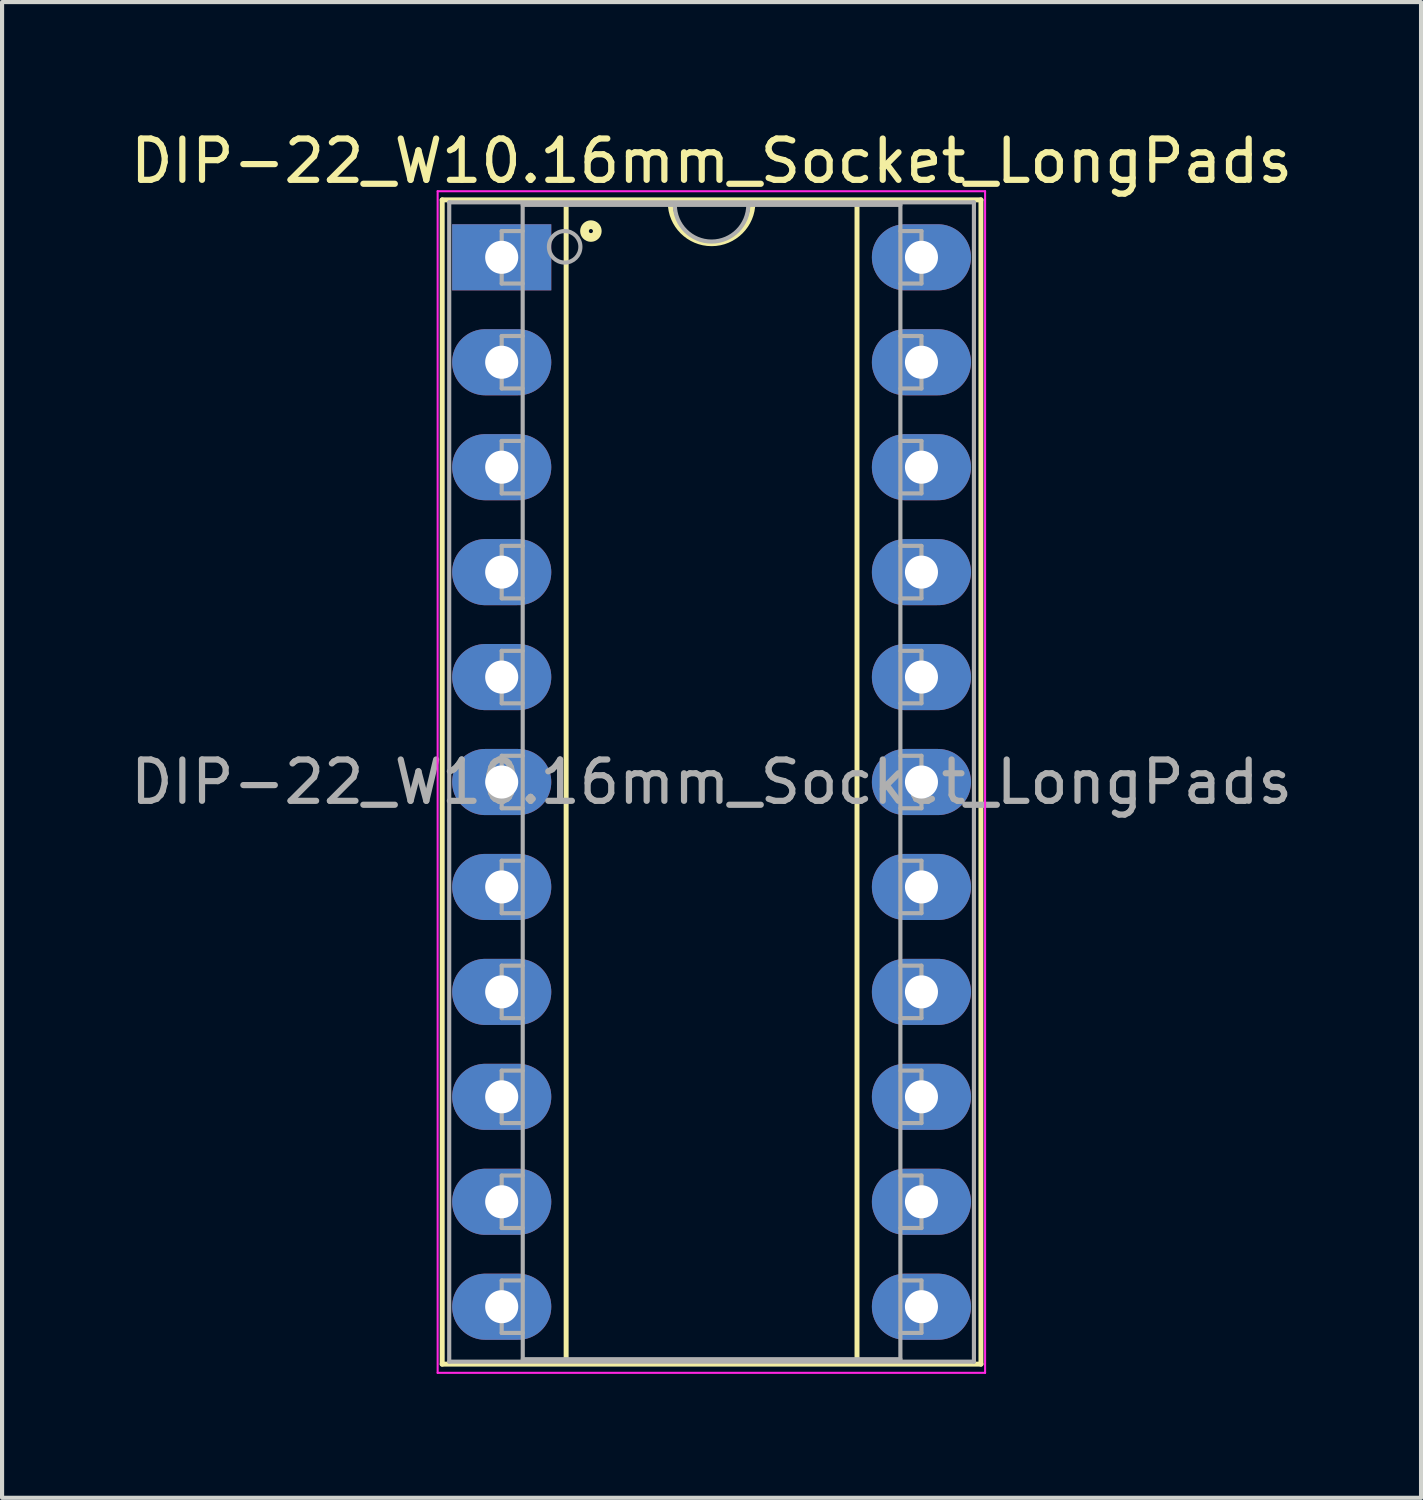
<source format=kicad_pcb>
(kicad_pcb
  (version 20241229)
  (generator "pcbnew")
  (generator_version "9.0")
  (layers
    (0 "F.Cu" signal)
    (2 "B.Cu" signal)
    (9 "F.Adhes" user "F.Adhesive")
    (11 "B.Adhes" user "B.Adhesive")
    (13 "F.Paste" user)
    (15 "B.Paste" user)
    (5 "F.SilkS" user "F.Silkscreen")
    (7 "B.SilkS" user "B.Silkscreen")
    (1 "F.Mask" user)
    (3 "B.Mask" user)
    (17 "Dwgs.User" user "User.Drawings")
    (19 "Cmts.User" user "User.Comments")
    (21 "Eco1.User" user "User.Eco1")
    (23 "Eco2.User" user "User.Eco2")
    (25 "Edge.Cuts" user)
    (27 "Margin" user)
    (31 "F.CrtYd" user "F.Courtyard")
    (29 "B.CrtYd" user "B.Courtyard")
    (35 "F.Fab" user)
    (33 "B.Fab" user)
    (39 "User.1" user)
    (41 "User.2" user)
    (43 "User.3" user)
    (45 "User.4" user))
  (footprint "DIP-22_W10.16mm_Socket_LongPads"
    (layer "F.Cu")
    (at 9.093 3.178)
    (property "Reference" "DIP-22_W10.16mm_Socket_LongPads" (at 5.08 -2.33 0) (layer "F.SilkS") (effects (font (size 1 1) (thickness 0.15))))
    (attr through_hole)
    (fp_line (start -1.44 -1.39) (end -1.44 26.79) (stroke (width 0.12) (type solid)) (layer "F.SilkS"))
    (fp_line (start -1.44 26.79) (end 11.6 26.79) (stroke (width 0.12) (type solid)) (layer "F.SilkS"))
    (fp_line (start 1.56 -1.33) (end 1.56 26.73) (stroke (width 0.12) (type solid)) (layer "F.SilkS"))
    (fp_line (start 1.56 26.73) (end 8.6 26.73) (stroke (width 0.12) (type solid)) (layer "F.SilkS"))
    (fp_line (start 4.08 -1.33) (end 1.56 -1.33) (stroke (width 0.12) (type solid)) (layer "F.SilkS"))
    (fp_line (start 8.6 -1.33) (end 6.08 -1.33) (stroke (width 0.12) (type solid)) (layer "F.SilkS"))
    (fp_line (start 8.6 26.73) (end 8.6 -1.33) (stroke (width 0.12) (type solid)) (layer "F.SilkS"))
    (fp_line (start 11.6 -1.39) (end -1.44 -1.39) (stroke (width 0.12) (type solid)) (layer "F.SilkS"))
    (fp_line (start 11.6 26.79) (end 11.6 -1.39) (stroke (width 0.12) (type solid)) (layer "F.SilkS"))
    (fp_arc (start 6.08 -1.33) (mid 5.08 -0.33) (end 4.08 -1.33) (stroke (width 0.12) (type solid)) (layer "F.SilkS"))
    (fp_circle (center 2.159 -0.635) (end 2.209 -0.635) (stroke (width 0.12) (type solid)) (fill no) (layer "F.SilkS"))
    (fp_circle (center 2.159 -0.635) (end 2.284 -0.635) (stroke (width 0.12) (type solid)) (fill no) (layer "F.SilkS"))
    (fp_circle (center 2.159 -0.635) (end 2.359 -0.635) (stroke (width 0.12) (type solid)) (fill no) (layer "F.SilkS"))
    (fp_line (start -1.55 -1.6) (end -1.55 27) (stroke (width 0.05) (type solid)) (layer "F.CrtYd"))
    (fp_line (start -1.55 27) (end 11.7 27) (stroke (width 0.05) (type solid)) (layer "F.CrtYd"))
    (fp_line (start 11.7 -1.6) (end -1.55 -1.6) (stroke (width 0.05) (type solid)) (layer "F.CrtYd"))
    (fp_line (start 11.7 27) (end 11.7 -1.6) (stroke (width 0.05) (type solid)) (layer "F.CrtYd"))
    (fp_line (start -1.27 -1.33) (end -1.27 26.73) (stroke (width 0.1) (type solid)) (layer "F.Fab"))
    (fp_line (start -1.27 26.73) (end 11.43 26.73) (stroke (width 0.1) (type solid)) (layer "F.Fab"))
    (fp_line (start 0 -0.635) (end 0 0.635) (stroke (width 0.1) (type solid)) (layer "F.Fab"))
    (fp_line (start 0 -0.635) (end 0.508 -0.635) (stroke (width 0.1) (type solid)) (layer "F.Fab"))
    (fp_line (start 0 0.635) (end 0.508 0.635) (stroke (width 0.1) (type solid)) (layer "F.Fab"))
    (fp_line (start 0 1.905) (end 0 3.175) (stroke (width 0.1) (type solid)) (layer "F.Fab"))
    (fp_line (start 0 1.905) (end 0.508 1.905) (stroke (width 0.1) (type solid)) (layer "F.Fab"))
    (fp_line (start 0 3.175) (end 0.508 3.175) (stroke (width 0.1) (type solid)) (layer "F.Fab"))
    (fp_line (start 0 4.445) (end 0 5.715) (stroke (width 0.1) (type solid)) (layer "F.Fab"))
    (fp_line (start 0 4.445) (end 0.508 4.445) (stroke (width 0.1) (type solid)) (layer "F.Fab"))
    (fp_line (start 0 5.715) (end 0.508 5.715) (stroke (width 0.1) (type solid)) (layer "F.Fab"))
    (fp_line (start 0 6.985) (end 0 8.255) (stroke (width 0.1) (type solid)) (layer "F.Fab"))
    (fp_line (start 0 6.985) (end 0.508 6.985) (stroke (width 0.1) (type solid)) (layer "F.Fab"))
    (fp_line (start 0 8.255) (end 0.508 8.255) (stroke (width 0.1) (type solid)) (layer "F.Fab"))
    (fp_line (start 0 9.525) (end 0 10.795) (stroke (width 0.1) (type solid)) (layer "F.Fab"))
    (fp_line (start 0 9.525) (end 0.508 9.525) (stroke (width 0.1) (type solid)) (layer "F.Fab"))
    (fp_line (start 0 10.795) (end 0.508 10.795) (stroke (width 0.1) (type solid)) (layer "F.Fab"))
    (fp_line (start 0 12.065) (end 0 13.335) (stroke (width 0.1) (type solid)) (layer "F.Fab"))
    (fp_line (start 0 12.065) (end 0.508 12.065) (stroke (width 0.1) (type solid)) (layer "F.Fab"))
    (fp_line (start 0 13.335) (end 0.508 13.335) (stroke (width 0.1) (type solid)) (layer "F.Fab"))
    (fp_line (start 0 14.605) (end 0 15.875) (stroke (width 0.1) (type solid)) (layer "F.Fab"))
    (fp_line (start 0 14.605) (end 0.508 14.605) (stroke (width 0.1) (type solid)) (layer "F.Fab"))
    (fp_line (start 0 15.875) (end 0.508 15.875) (stroke (width 0.1) (type solid)) (layer "F.Fab"))
    (fp_line (start 0 17.145) (end 0 18.415) (stroke (width 0.1) (type solid)) (layer "F.Fab"))
    (fp_line (start 0 17.145) (end 0.508 17.145) (stroke (width 0.1) (type solid)) (layer "F.Fab"))
    (fp_line (start 0 18.415) (end 0.508 18.415) (stroke (width 0.1) (type solid)) (layer "F.Fab"))
    (fp_line (start 0 19.685) (end 0 20.955) (stroke (width 0.1) (type solid)) (layer "F.Fab"))
    (fp_line (start 0 19.685) (end 0.508 19.685) (stroke (width 0.1) (type solid)) (layer "F.Fab"))
    (fp_line (start 0 20.955) (end 0.508 20.955) (stroke (width 0.1) (type solid)) (layer "F.Fab"))
    (fp_line (start 0 22.225) (end 0 23.495) (stroke (width 0.1) (type solid)) (layer "F.Fab"))
    (fp_line (start 0 22.225) (end 0.508 22.225) (stroke (width 0.1) (type solid)) (layer "F.Fab"))
    (fp_line (start 0 23.495) (end 0.508 23.495) (stroke (width 0.1) (type solid)) (layer "F.Fab"))
    (fp_line (start 0 24.765) (end 0 26.035) (stroke (width 0.1) (type solid)) (layer "F.Fab"))
    (fp_line (start 0 24.765) (end 0.508 24.765) (stroke (width 0.1) (type solid)) (layer "F.Fab"))
    (fp_line (start 0 26.035) (end 0.508 26.035) (stroke (width 0.1) (type solid)) (layer "F.Fab"))
    (fp_line (start 0.508 -1.27) (end 9.65 -1.27) (stroke (width 0.1) (type solid)) (layer "F.Fab"))
    (fp_line (start 0.51 26.67) (end 0.508 -1.27) (stroke (width 0.1) (type solid)) (layer "F.Fab"))
    (fp_line (start 9.65 -1.27) (end 9.65 26.67) (stroke (width 0.1) (type solid)) (layer "F.Fab"))
    (fp_line (start 9.65 26.67) (end 0.51 26.67) (stroke (width 0.1) (type solid)) (layer "F.Fab"))
    (fp_line (start 10.16 -0.635) (end 9.652 -0.635) (stroke (width 0.1) (type solid)) (layer "F.Fab"))
    (fp_line (start 10.16 0.635) (end 9.652 0.635) (stroke (width 0.1) (type solid)) (layer "F.Fab"))
    (fp_line (start 10.16 0.635) (end 10.16 -0.635) (stroke (width 0.1) (type solid)) (layer "F.Fab"))
    (fp_line (start 10.16 1.905) (end 9.652 1.905) (stroke (width 0.1) (type solid)) (layer "F.Fab"))
    (fp_line (start 10.16 3.175) (end 9.652 3.175) (stroke (width 0.1) (type solid)) (layer "F.Fab"))
    (fp_line (start 10.16 3.175) (end 10.16 1.905) (stroke (width 0.1) (type solid)) (layer "F.Fab"))
    (fp_line (start 10.16 4.445) (end 9.652 4.445) (stroke (width 0.1) (type solid)) (layer "F.Fab"))
    (fp_line (start 10.16 5.715) (end 9.652 5.715) (stroke (width 0.1) (type solid)) (layer "F.Fab"))
    (fp_line (start 10.16 5.715) (end 10.16 4.445) (stroke (width 0.1) (type solid)) (layer "F.Fab"))
    (fp_line (start 10.16 6.985) (end 9.652 6.985) (stroke (width 0.1) (type solid)) (layer "F.Fab"))
    (fp_line (start 10.16 8.255) (end 9.652 8.255) (stroke (width 0.1) (type solid)) (layer "F.Fab"))
    (fp_line (start 10.16 8.255) (end 10.16 6.985) (stroke (width 0.1) (type solid)) (layer "F.Fab"))
    (fp_line (start 10.16 9.525) (end 9.652 9.525) (stroke (width 0.1) (type solid)) (layer "F.Fab"))
    (fp_line (start 10.16 10.795) (end 9.652 10.795) (stroke (width 0.1) (type solid)) (layer "F.Fab"))
    (fp_line (start 10.16 10.795) (end 10.16 9.525) (stroke (width 0.1) (type solid)) (layer "F.Fab"))
    (fp_line (start 10.16 12.065) (end 9.652 12.065) (stroke (width 0.1) (type solid)) (layer "F.Fab"))
    (fp_line (start 10.16 13.335) (end 9.652 13.335) (stroke (width 0.1) (type solid)) (layer "F.Fab"))
    (fp_line (start 10.16 13.335) (end 10.16 12.065) (stroke (width 0.1) (type solid)) (layer "F.Fab"))
    (fp_line (start 10.16 14.605) (end 9.652 14.605) (stroke (width 0.1) (type solid)) (layer "F.Fab"))
    (fp_line (start 10.16 15.875) (end 9.652 15.875) (stroke (width 0.1) (type solid)) (layer "F.Fab"))
    (fp_line (start 10.16 15.875) (end 10.16 14.605) (stroke (width 0.1) (type solid)) (layer "F.Fab"))
    (fp_line (start 10.16 17.145) (end 9.652 17.145) (stroke (width 0.1) (type solid)) (layer "F.Fab"))
    (fp_line (start 10.16 18.415) (end 9.652 18.415) (stroke (width 0.1) (type solid)) (layer "F.Fab"))
    (fp_line (start 10.16 18.415) (end 10.16 17.145) (stroke (width 0.1) (type solid)) (layer "F.Fab"))
    (fp_line (start 10.16 19.685) (end 9.652 19.685) (stroke (width 0.1) (type solid)) (layer "F.Fab"))
    (fp_line (start 10.16 20.955) (end 9.652 20.955) (stroke (width 0.1) (type solid)) (layer "F.Fab"))
    (fp_line (start 10.16 20.955) (end 10.16 19.685) (stroke (width 0.1) (type solid)) (layer "F.Fab"))
    (fp_line (start 10.16 22.225) (end 9.652 22.225) (stroke (width 0.1) (type solid)) (layer "F.Fab"))
    (fp_line (start 10.16 23.495) (end 9.652 23.495) (stroke (width 0.1) (type solid)) (layer "F.Fab"))
    (fp_line (start 10.16 23.495) (end 10.16 22.225) (stroke (width 0.1) (type solid)) (layer "F.Fab"))
    (fp_line (start 10.16 24.765) (end 9.652 24.765) (stroke (width 0.1) (type solid)) (layer "F.Fab"))
    (fp_line (start 10.16 26.035) (end 9.652 26.035) (stroke (width 0.1) (type solid)) (layer "F.Fab"))
    (fp_line (start 10.16 26.035) (end 10.16 24.765) (stroke (width 0.1) (type solid)) (layer "F.Fab"))
    (fp_line (start 11.43 -1.33) (end -1.27 -1.33) (stroke (width 0.1) (type solid)) (layer "F.Fab"))
    (fp_line (start 11.43 26.73) (end 11.43 -1.33) (stroke (width 0.1) (type solid)) (layer "F.Fab"))
    (fp_arc (start 5.969 -1.27) (mid 5.08 -0.381) (end 4.191 -1.27) (stroke (width 0.1) (type solid)) (layer "F.Fab"))
    (fp_circle (center 1.524 -0.254) (end 1.905 -0.254) (stroke (width 0.1) (type solid)) (fill no) (layer "F.Fab"))
    (fp_text user "${REFERENCE}" (at 5.08 12.7 0) (layer "F.Fab") (effects (font (size 1 1) (thickness 0.15))))
    (pad "1" thru_hole rect (at 0 0) (size 2.4 1.6) (drill 0.8) (layers "*.Cu" "*.Mask"))
    (pad "2" thru_hole oval (at 0 2.54) (size 2.4 1.6) (drill 0.8) (layers "*.Cu" "*.Mask"))
    (pad "3" thru_hole oval (at 0 5.08) (size 2.4 1.6) (drill 0.8) (layers "*.Cu" "*.Mask"))
    (pad "4" thru_hole oval (at 0 7.62) (size 2.4 1.6) (drill 0.8) (layers "*.Cu" "*.Mask"))
    (pad "5" thru_hole oval (at 0 10.16) (size 2.4 1.6) (drill 0.8) (layers "*.Cu" "*.Mask"))
    (pad "6" thru_hole oval (at 0 12.7) (size 2.4 1.6) (drill 0.8) (layers "*.Cu" "*.Mask"))
    (pad "7" thru_hole oval (at 0 15.24) (size 2.4 1.6) (drill 0.8) (layers "*.Cu" "*.Mask"))
    (pad "8" thru_hole oval (at 0 17.78) (size 2.4 1.6) (drill 0.8) (layers "*.Cu" "*.Mask"))
    (pad "9" thru_hole oval (at 0 20.32) (size 2.4 1.6) (drill 0.8) (layers "*.Cu" "*.Mask"))
    (pad "10" thru_hole oval (at 0 22.86) (size 2.4 1.6) (drill 0.8) (layers "*.Cu" "*.Mask"))
    (pad "11" thru_hole oval (at 0 25.4) (size 2.4 1.6) (drill 0.8) (layers "*.Cu" "*.Mask"))
    (pad "12" thru_hole oval (at 10.16 25.4) (size 2.4 1.6) (drill 0.8) (layers "*.Cu" "*.Mask"))
    (pad "13" thru_hole oval (at 10.16 22.86) (size 2.4 1.6) (drill 0.8) (layers "*.Cu" "*.Mask"))
    (pad "14" thru_hole oval (at 10.16 20.32) (size 2.4 1.6) (drill 0.8) (layers "*.Cu" "*.Mask"))
    (pad "15" thru_hole oval (at 10.16 17.78) (size 2.4 1.6) (drill 0.8) (layers "*.Cu" "*.Mask"))
    (pad "16" thru_hole oval (at 10.16 15.24) (size 2.4 1.6) (drill 0.8) (layers "*.Cu" "*.Mask"))
    (pad "17" thru_hole oval (at 10.16 12.7) (size 2.4 1.6) (drill 0.8) (layers "*.Cu" "*.Mask"))
    (pad "18" thru_hole oval (at 10.16 10.16) (size 2.4 1.6) (drill 0.8) (layers "*.Cu" "*.Mask"))
    (pad "19" thru_hole oval (at 10.16 7.62) (size 2.4 1.6) (drill 0.8) (layers "*.Cu" "*.Mask"))
    (pad "20" thru_hole oval (at 10.16 5.08) (size 2.4 1.6) (drill 0.8) (layers "*.Cu" "*.Mask"))
    (pad "21" thru_hole oval (at 10.16 2.54) (size 2.4 1.6) (drill 0.8) (layers "*.Cu" "*.Mask"))
    (pad "22" thru_hole oval (at 10.16 0) (size 2.4 1.6) (drill 0.8) (layers "*.Cu" "*.Mask")))
  (gr_rect
    (start -3 -3)
    (end 31.345 33.203)
    (stroke (width 0.1) (type default))
    (fill no)
    (layer "Edge.Cuts")))
</source>
